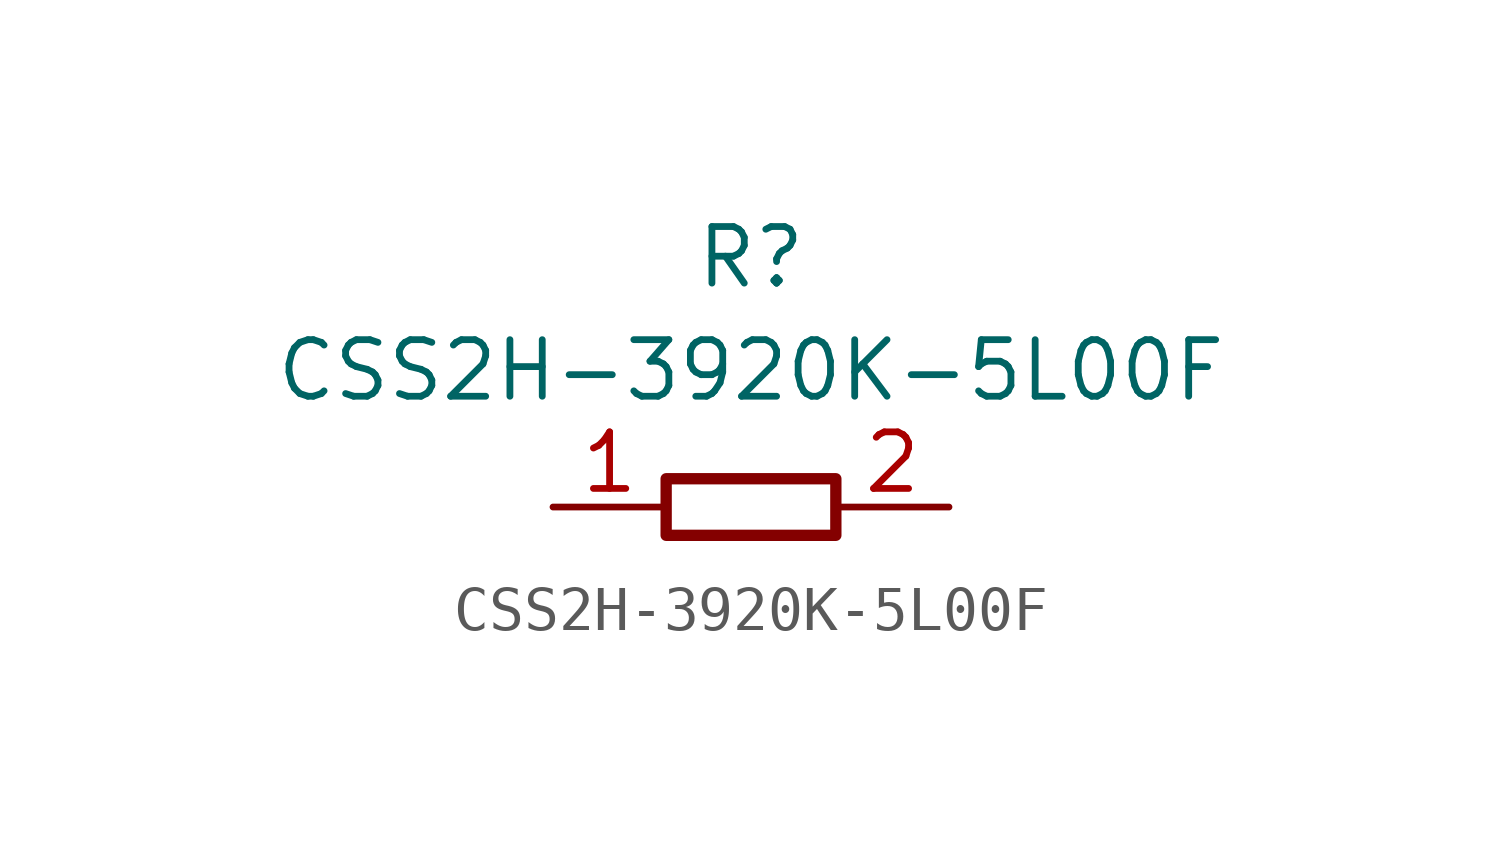
<source format=kicad_sym>
(kicad_symbol_lib
  (version 20220914)
  (generator kicad_symbol_editor)
  (symbol "CSS2H-3920K-5L00F"
    (pin_names hide)
    (property "Reference" "R"
      (at 0.635 6.35 0)
      (effects (font (size 1.27 1.27)) (justify top)))
    (property "Value" "CSS2H-3920K-5L00F"
      (at 0.635 3.81 0)
      (effects (font (size 1.27 1.27)) (justify top)))
    (symbol "CSS2H-3920K-5L00F_1_1"
      (rectangle (start -1.27 0.635) (end 2.54 -0.635) (stroke (width 0.254) (type default)) (fill (type none)))
      (pin passive line (at -3.81 0 0) (length 2.54) (name "1" (effects (font (size 1.27 1.27)))) (number "1" (effects (font (size 1.27 1.27)))))
      (pin passive line (at 5.08 0 180) (length 2.54) (name "2" (effects (font (size 1.27 1.27)))) (number "2" (effects (font (size 1.27 1.27))))))))
</source>
